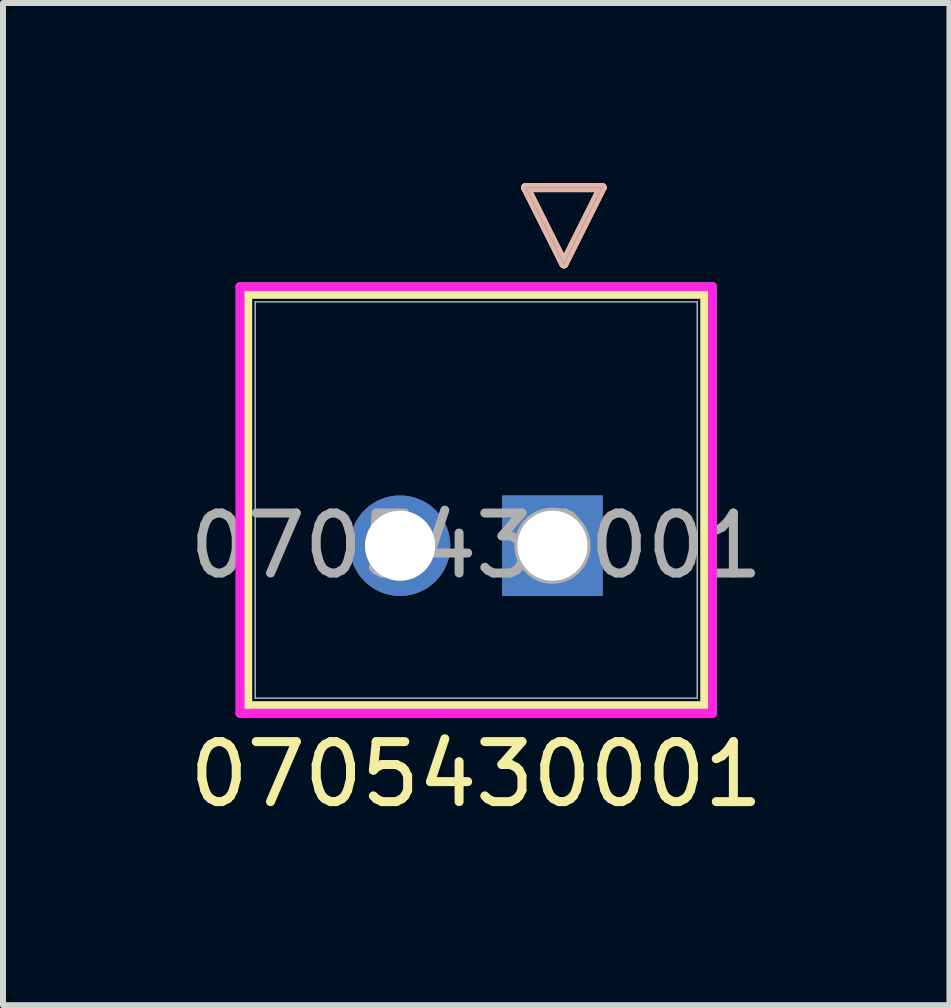
<source format=kicad_pcb>
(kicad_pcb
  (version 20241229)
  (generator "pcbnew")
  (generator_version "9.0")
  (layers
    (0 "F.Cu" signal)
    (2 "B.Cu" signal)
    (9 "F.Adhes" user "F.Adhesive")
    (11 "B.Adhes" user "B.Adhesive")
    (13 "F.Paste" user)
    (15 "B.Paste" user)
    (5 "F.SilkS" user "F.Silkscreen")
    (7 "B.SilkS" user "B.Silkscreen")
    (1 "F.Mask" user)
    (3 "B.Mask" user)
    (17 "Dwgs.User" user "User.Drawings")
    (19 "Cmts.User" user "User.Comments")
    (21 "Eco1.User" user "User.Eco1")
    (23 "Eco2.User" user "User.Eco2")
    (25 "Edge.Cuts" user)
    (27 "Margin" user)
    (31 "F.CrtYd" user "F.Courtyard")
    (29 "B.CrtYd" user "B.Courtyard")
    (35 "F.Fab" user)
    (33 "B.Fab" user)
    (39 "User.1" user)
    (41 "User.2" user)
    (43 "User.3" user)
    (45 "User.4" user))
  (footprint "0705430001"
    (layer "F.Cu")
    (at 6.157 6.045)
    (property "Reference" "0705430001" (at -1.27 3.81 0) (unlocked yes) (layer "F.SilkS") (effects (font (size 1 1) (thickness 0.15))))
    (attr through_hole)
    (fp_line (start -5.08 -4.191) (end -5.08 2.667) (stroke (width 0.152) (type solid)) (layer "F.SilkS"))
    (fp_line (start -5.08 2.667) (end 2.54 2.667) (stroke (width 0.152) (type solid)) (layer "F.SilkS"))
    (fp_line (start -0.445 -5.969) (end 0.191 -4.699) (stroke (width 0.152) (type solid)) (layer "F.SilkS"))
    (fp_line (start -0.445 -5.969) (end 0.826 -5.969) (stroke (width 0.152) (type solid)) (layer "F.SilkS"))
    (fp_line (start 0.826 -5.969) (end 0.191 -4.699) (stroke (width 0.152) (type solid)) (layer "F.SilkS"))
    (fp_line (start 2.54 -4.191) (end -5.08 -4.191) (stroke (width 0.152) (type solid)) (layer "F.SilkS"))
    (fp_line (start 2.54 2.667) (end 2.54 -4.191) (stroke (width 0.152) (type solid)) (layer "F.SilkS"))
    (fp_line (start -0.445 -5.969) (end 0.191 -4.699) (stroke (width 0.152) (type solid)) (layer "B.SilkS"))
    (fp_line (start -0.445 -5.969) (end 0.826 -5.969) (stroke (width 0.152) (type solid)) (layer "B.SilkS"))
    (fp_line (start 0.826 -5.969) (end 0.191 -4.699) (stroke (width 0.152) (type solid)) (layer "B.SilkS"))
    (fp_line (start -5.207 -4.318) (end -5.207 2.794) (stroke (width 0.152) (type solid)) (layer "F.CrtYd"))
    (fp_line (start -5.207 2.794) (end 2.667 2.794) (stroke (width 0.152) (type solid)) (layer "F.CrtYd"))
    (fp_line (start 2.667 -4.318) (end -5.207 -4.318) (stroke (width 0.152) (type solid)) (layer "F.CrtYd"))
    (fp_line (start 2.667 2.794) (end 2.667 -4.318) (stroke (width 0.152) (type solid)) (layer "F.CrtYd"))
    (fp_line (start -4.953 -4.064) (end -4.953 2.54) (stroke (width 0.025) (type solid)) (layer "F.Fab"))
    (fp_line (start -4.953 2.54) (end 2.413 2.54) (stroke (width 0.025) (type solid)) (layer "F.Fab"))
    (fp_line (start -0.445 -5.969) (end 0.191 -4.699) (stroke (width 0.025) (type solid)) (layer "F.Fab"))
    (fp_line (start -0.445 -5.969) (end 0.826 -5.969) (stroke (width 0.025) (type solid)) (layer "F.Fab"))
    (fp_line (start 0.826 -5.969) (end 0.191 -4.699) (stroke (width 0.025) (type solid)) (layer "F.Fab"))
    (fp_line (start 2.413 -4.064) (end -4.953 -4.064) (stroke (width 0.025) (type solid)) (layer "F.Fab"))
    (fp_line (start 2.413 2.54) (end 2.413 -4.064) (stroke (width 0.025) (type solid)) (layer "F.Fab"))
    (fp_circle (center 0 0) (end 0.381 0) (stroke (width 0.508) (type solid)) (fill no) (layer "F.Fab"))
    (fp_text user "${REFERENCE}" (at -1.27 0 0) (unlocked yes) (layer "F.Fab") (effects (font (size 1 1) (thickness 0.15))))
    (pad "1" thru_hole rect (at 0 0) (size 1.676 1.676) (drill 1.168) (layers "*.Cu" "*.Mask"))
    (pad "2" thru_hole circle (at -2.54 0) (size 1.676 1.676) (drill 1.168) (layers "*.Cu" "*.Mask")))
  (gr_rect
    (start -3 -3)
    (end 12.774 13.703)
    (stroke (width 0.1) (type default))
    (fill no)
    (layer "Edge.Cuts")))
</source>
